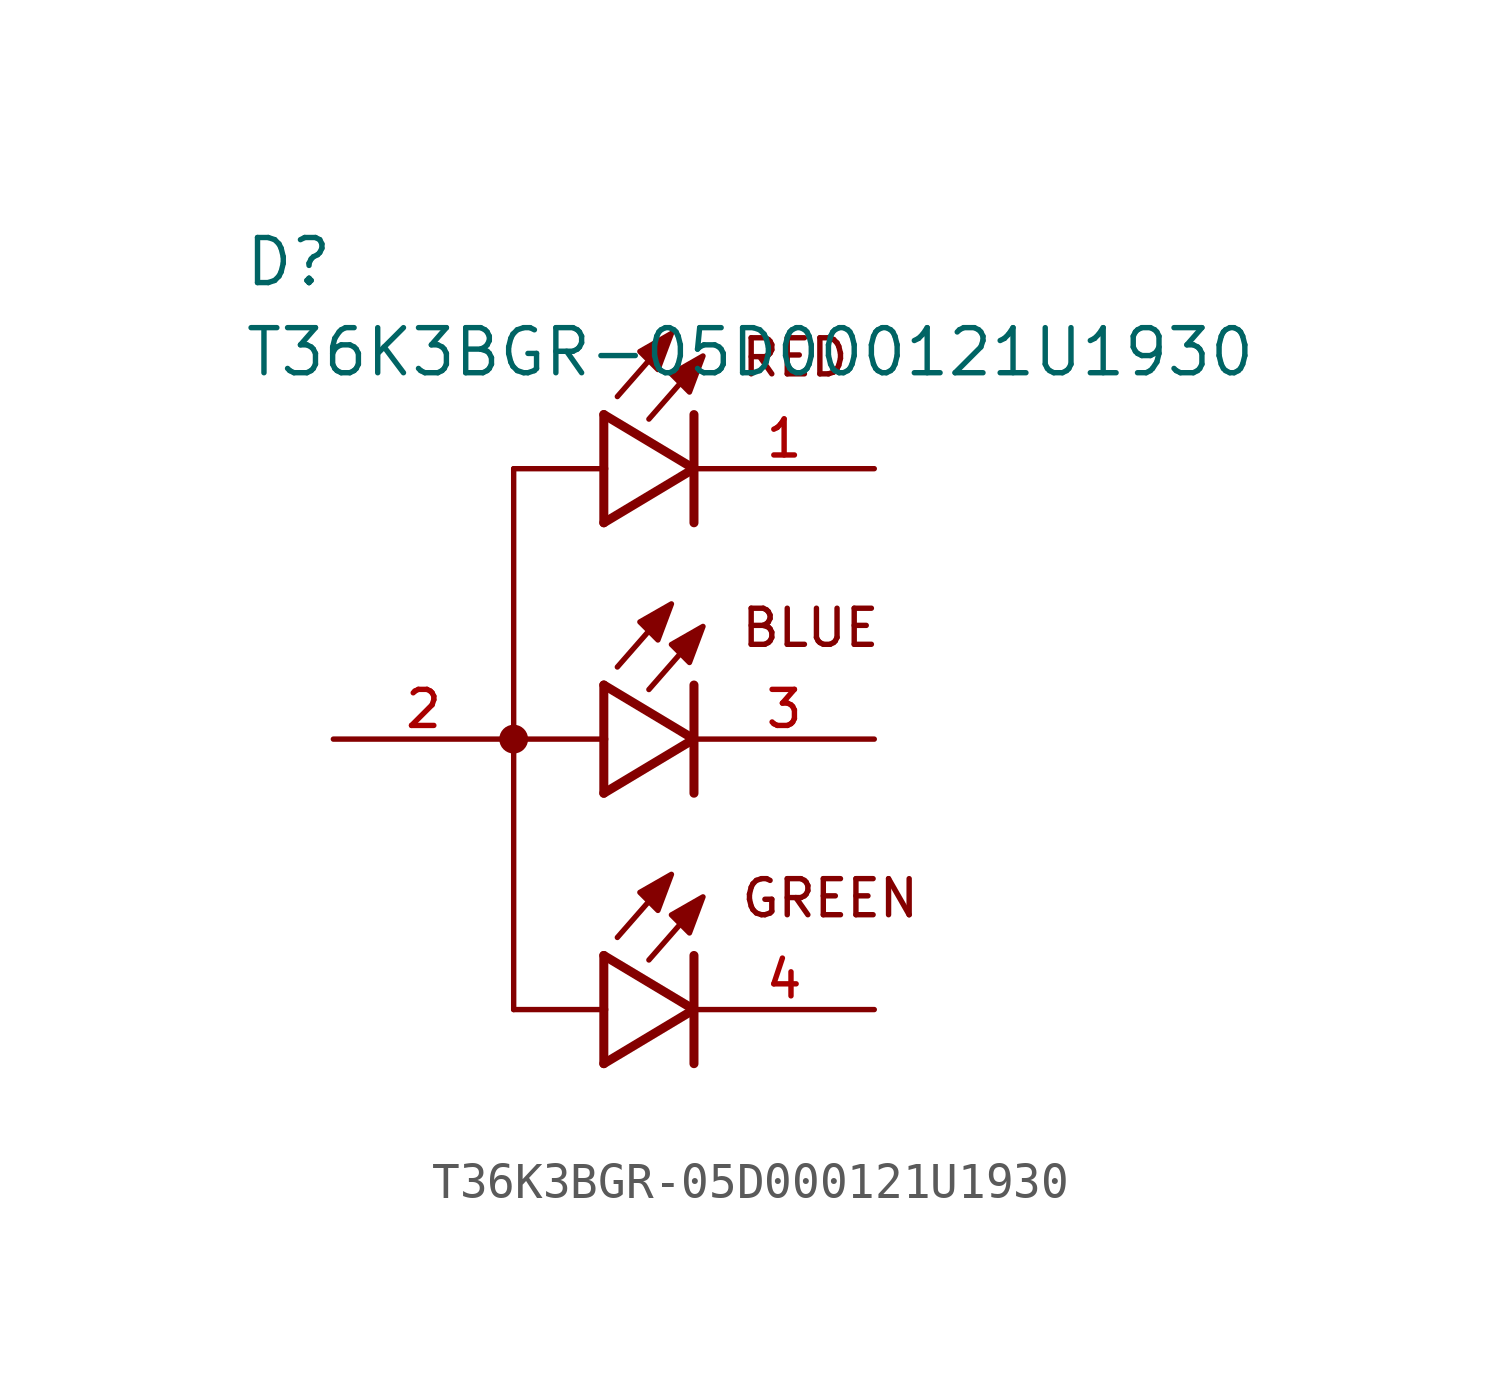
<source format=kicad_sym>
(kicad_symbol_lib
  (version 20211014)
  (generator kicad_symbol_editor)
  (symbol "T36K3BGR-05D000121U1930"
    (pin_names
      (offset 1.016))
    (property "Reference" "D"
      (at -10.16 12.7 0)
      (effects (font (size 1.27 1.27)) (justify bottom left)))
    (property "Value" "T36K3BGR-05D000121U1930"
      (at -10.16 10.16 0)
      (effects (font (size 1.27 1.27)) (justify bottom left)))
    (symbol "T36K3BGR-05D000121U1930_0_0"
      (polyline (pts (xy 0.0 9.144) (xy 0.0 7.62)) (stroke (width 0.254)))
      (polyline (pts (xy 0.0 7.62) (xy 0.0 6.096)) (stroke (width 0.254)))
      (polyline (pts (xy 0.0 6.096) (xy 2.54 7.62)) (stroke (width 0.254)))
      (polyline (pts (xy 2.54 7.62) (xy 0.0 9.144)) (stroke (width 0.254)))
      (polyline (pts (xy 2.54 9.144) (xy 2.54 6.096)) (stroke (width 0.254)))
      (polyline (pts (xy 0.0 1.524) (xy 0.0 0.0)) (stroke (width 0.254)))
      (polyline (pts (xy 0.0 0.0) (xy 0.0 -1.524)) (stroke (width 0.254)))
      (polyline (pts (xy 0.0 -1.524) (xy 2.54 0.0)) (stroke (width 0.254)))
      (polyline (pts (xy 2.54 0.0) (xy 0.0 1.524)) (stroke (width 0.254)))
      (polyline (pts (xy 2.54 1.524) (xy 2.54 -1.524)) (stroke (width 0.254)))
      (polyline (pts (xy 0.0 -6.096) (xy 0.0 -7.62)) (stroke (width 0.254)))
      (polyline (pts (xy 0.0 -7.62) (xy 0.0 -9.144)) (stroke (width 0.254)))
      (polyline (pts (xy 0.0 -9.144) (xy 2.54 -7.62)) (stroke (width 0.254)))
      (polyline (pts (xy 2.54 -7.62) (xy 0.0 -6.096)) (stroke (width 0.254)))
      (polyline (pts (xy 2.54 -6.096) (xy 2.54 -9.144)) (stroke (width 0.254)))
      (polyline (pts (xy 0.0 7.62) (xy -2.54 7.62)) (stroke (width 0.152)))
      (polyline (pts (xy -2.54 7.62) (xy -2.54 0.0)) (stroke (width 0.152)))
      (polyline (pts (xy -2.54 0.0) (xy -2.54 -7.62)) (stroke (width 0.152)))
      (polyline (pts (xy -2.54 -7.62) (xy 0.0 -7.62)) (stroke (width 0.152)))
      (polyline (pts (xy 0.0 0.0) (xy -2.54 0.0)) (stroke (width 0.152)))
      (circle (center -2.54 0.0) (radius 0.203) (stroke (width 0.406)) (fill (type none)))
      (polyline (pts (xy 1.27 -4.572) (xy 0.381 -5.588)) (stroke (width 0.152)))
      (polyline (pts (xy 1.016 -4.318) (xy 1.524 -4.826) (xy 1.905 -3.81) (xy 1.016 -4.318)) (stroke (width 0.152)) (fill (type outline)))
      (polyline (pts (xy 2.159 -5.207) (xy 1.27 -6.223)) (stroke (width 0.152)))
      (polyline (pts (xy 1.905 -4.953) (xy 2.413 -5.461) (xy 2.794 -4.445) (xy 1.905 -4.953)) (stroke (width 0.152)) (fill (type outline)))
      (polyline (pts (xy 1.27 3.048) (xy 0.381 2.032)) (stroke (width 0.152)))
      (polyline (pts (xy 1.016 3.302) (xy 1.524 2.794) (xy 1.905 3.81) (xy 1.016 3.302)) (stroke (width 0.152)) (fill (type outline)))
      (polyline (pts (xy 2.159 2.413) (xy 1.27 1.397)) (stroke (width 0.152)))
      (polyline (pts (xy 1.905 2.667) (xy 2.413 2.159) (xy 2.794 3.175) (xy 1.905 2.667)) (stroke (width 0.152)) (fill (type outline)))
      (polyline (pts (xy 1.27 10.668) (xy 0.381 9.652)) (stroke (width 0.152)))
      (polyline (pts (xy 1.016 10.922) (xy 1.524 10.414) (xy 1.905 11.43) (xy 1.016 10.922)) (stroke (width 0.152)) (fill (type outline)))
      (polyline (pts (xy 2.159 10.033) (xy 1.27 9.017)) (stroke (width 0.152)))
      (polyline (pts (xy 1.905 10.287) (xy 2.413 9.779) (xy 2.794 10.795) (xy 1.905 10.287)) (stroke (width 0.152)) (fill (type outline)))
      (text "RED" (at 3.81 10.16 0) (effects (font (size 1.016 1.016)) (justify bottom left)))
      (text "GREEN" (at 3.81 -5.08 0) (effects (font (size 1.016 1.016)) (justify bottom left)))
      (text "BLUE" (at 3.81 2.54 0) (effects (font (size 1.016 1.016)) (justify bottom left)))
      (pin passive line (at 7.62 7.62 180.0) (length 5.08) (name "~" (effects (font (size 1.016 1.016)))) (number "1" (effects (font (size 1.016 1.016)))))
      (pin passive line (at -7.62 0.0 0) (length 5.08) (name "~" (effects (font (size 1.016 1.016)))) (number "2" (effects (font (size 1.016 1.016)))))
      (pin passive line (at 7.62 -7.62 180.0) (length 5.08) (name "~" (effects (font (size 1.016 1.016)))) (number "4" (effects (font (size 1.016 1.016)))))
      (pin passive line (at 7.62 0.0 180.0) (length 5.08) (name "~" (effects (font (size 1.016 1.016)))) (number "3" (effects (font (size 1.016 1.016))))))))
</source>
